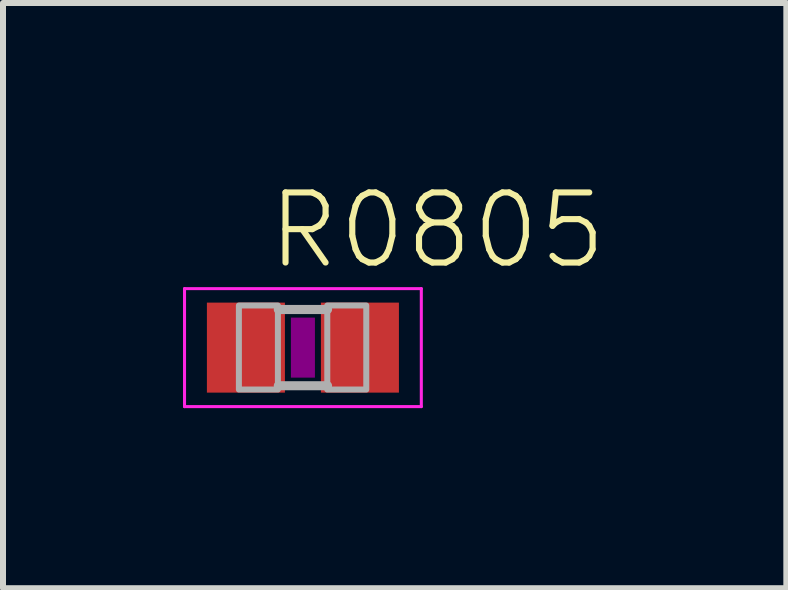
<source format=kicad_pcb>
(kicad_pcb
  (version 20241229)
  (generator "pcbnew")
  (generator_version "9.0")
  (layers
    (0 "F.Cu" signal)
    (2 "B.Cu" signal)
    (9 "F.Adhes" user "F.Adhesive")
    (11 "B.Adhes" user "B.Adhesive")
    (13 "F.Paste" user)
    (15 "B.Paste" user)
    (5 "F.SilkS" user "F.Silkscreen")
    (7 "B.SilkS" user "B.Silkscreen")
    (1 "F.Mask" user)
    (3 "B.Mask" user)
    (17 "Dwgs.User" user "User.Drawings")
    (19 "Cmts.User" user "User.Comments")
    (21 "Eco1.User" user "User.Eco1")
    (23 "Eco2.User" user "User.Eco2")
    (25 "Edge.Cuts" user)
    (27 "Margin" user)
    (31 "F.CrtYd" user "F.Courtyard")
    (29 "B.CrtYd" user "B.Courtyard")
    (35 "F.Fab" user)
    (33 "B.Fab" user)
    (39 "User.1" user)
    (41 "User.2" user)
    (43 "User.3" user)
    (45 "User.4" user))
  (footprint "R0805"
    (layer "F.Cu")
    (at 1.998 2.743)
    (property "Reference" "R0805" (at -0.635 -1.27 0) (layer "F.SilkS") (effects (font (size 1.168 1.168) (thickness 0.102)) (justify left bottom)))
    (fp_poly (pts (xy -0.2 0.5) (xy 0.2 0.5) (xy 0.2 -0.5) (xy -0.2 -0.5)) (stroke (width 0) (type solid)) (fill yes) (layer "F.Adhes"))
    (fp_line (start -1.973 -0.983) (end 1.973 -0.983) (stroke (width 0.051) (type solid)) (layer "F.CrtYd"))
    (fp_line (start -1.973 0.983) (end -1.973 -0.983) (stroke (width 0.051) (type solid)) (layer "F.CrtYd"))
    (fp_line (start 1.973 -0.983) (end 1.973 0.983) (stroke (width 0.051) (type solid)) (layer "F.CrtYd"))
    (fp_line (start 1.973 0.983) (end -1.973 0.983) (stroke (width 0.051) (type solid)) (layer "F.CrtYd"))
    (fp_line (start -0.41 -0.635) (end 0.41 -0.635) (stroke (width 0.152) (type solid)) (layer "F.Fab"))
    (fp_line (start -0.41 0.635) (end 0.41 0.635) (stroke (width 0.152) (type solid)) (layer "F.Fab"))
    (fp_poly (pts (xy -1.067 0.699) (xy -0.417 0.699) (xy -0.417 -0.702) (xy -1.067 -0.702)) (stroke (width 0.1) (type solid)) (fill no) (layer "F.Fab"))
    (fp_poly (pts (xy 0.406 0.699) (xy 1.056 0.699) (xy 1.056 -0.702) (xy 0.406 -0.702)) (stroke (width 0.1) (type solid)) (fill no) (layer "F.Fab"))
    (pad "1" smd rect (at -0.95 0) (size 1.3 1.5) (layers "F.Cu" "F.Mask" "F.Paste"))
    (pad "2" smd rect (at 0.95 0) (size 1.3 1.5) (layers "F.Cu" "F.Mask" "F.Paste")))
  (gr_rect
    (start -3 -3)
    (end 10.054 6.752)
    (stroke (width 0.1) (type default))
    (fill no)
    (layer "Edge.Cuts")))
</source>
